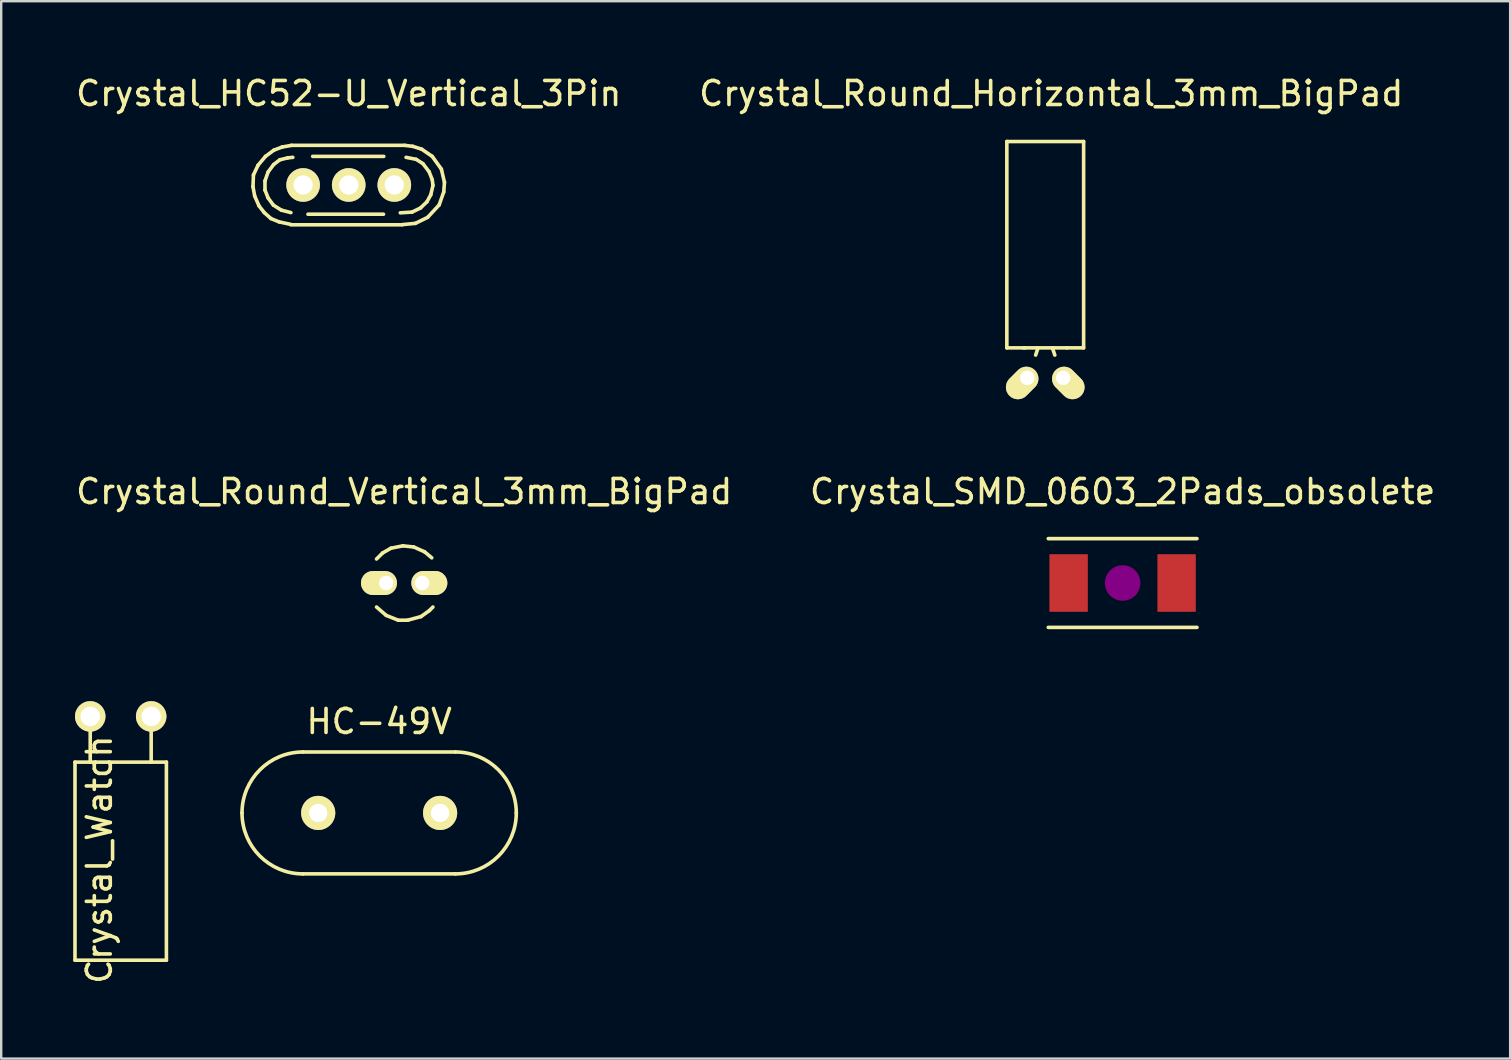
<source format=kicad_pcb>
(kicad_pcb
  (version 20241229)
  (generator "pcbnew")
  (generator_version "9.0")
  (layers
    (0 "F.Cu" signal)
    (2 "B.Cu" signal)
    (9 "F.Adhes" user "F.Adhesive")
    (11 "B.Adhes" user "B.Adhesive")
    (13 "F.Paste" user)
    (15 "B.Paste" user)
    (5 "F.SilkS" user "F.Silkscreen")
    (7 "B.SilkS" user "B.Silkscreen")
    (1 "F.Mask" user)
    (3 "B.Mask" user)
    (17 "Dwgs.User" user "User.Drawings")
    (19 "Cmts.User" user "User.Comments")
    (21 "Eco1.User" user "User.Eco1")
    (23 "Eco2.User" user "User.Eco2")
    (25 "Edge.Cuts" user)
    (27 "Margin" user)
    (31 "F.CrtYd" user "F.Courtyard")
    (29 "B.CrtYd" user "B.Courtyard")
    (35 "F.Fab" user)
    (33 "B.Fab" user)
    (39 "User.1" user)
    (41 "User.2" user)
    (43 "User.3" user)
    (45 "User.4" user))
  (footprint "Crystal_SMD_0603_2Pads_obsolete"
    (layer "F.Cu")
    (at 43.732 21.245)
    (property "Reference" "Crystal_SMD_0603_2Pads_obsolete" (at 0 -3.81 0) (layer "F.SilkS") (effects (font (size 1 1) (thickness 0.15))))
    (attr smd)
    (fp_line (start -3.099 -1.849) (end 3.099 -1.849) (stroke (width 0.15) (type solid)) (layer "F.SilkS"))
    (fp_line (start 3.099 1.849) (end -3.099 1.849) (stroke (width 0.15) (type solid)) (layer "F.SilkS"))
    (fp_circle (center 0 0) (end 0.051 0) (stroke (width 0.381) (type solid)) (fill no) (layer "F.Adhes"))
    (fp_circle (center 0 0) (end 0.201 0) (stroke (width 0.381) (type solid)) (fill no) (layer "F.Adhes"))
    (fp_circle (center 0 0) (end 0.551 0) (stroke (width 0.381) (type solid)) (fill no) (layer "F.Adhes"))
    (pad "1" smd rect (at -2.25 0) (size 1.6 2.4) (layers "F.Cu" "F.Mask" "F.Paste"))
    (pad "2" smd rect (at 2.25 0) (size 1.6 2.4) (layers "F.Cu" "F.Mask" "F.Paste")))
  (footprint "HC-49V"
    (layer "F.Cu")
    (at 12.75 30.827)
    (property "Reference" "HC-49V" (at 0 -3.81 0) (layer "F.SilkS") (effects (font (size 1 1) (thickness 0.15))))
    (attr through_hole)
    (fp_line (start -3.175 -2.54) (end 3.175 -2.54) (stroke (width 0.15) (type solid)) (layer "F.SilkS"))
    (fp_line (start -3.175 2.54) (end 3.175 2.54) (stroke (width 0.15) (type solid)) (layer "F.SilkS"))
    (fp_arc (start -5.715 0) (mid -4.971051 -1.796051) (end -3.175 -2.54) (stroke (width 0.15) (type solid)) (layer "F.SilkS"))
    (fp_arc (start -3.175 2.54) (mid -4.971051 1.796051) (end -5.715 0) (stroke (width 0.15) (type solid)) (layer "F.SilkS"))
    (fp_arc (start 3.175 -2.54) (mid 4.971051 -1.796051) (end 5.715 0) (stroke (width 0.15) (type solid)) (layer "F.SilkS"))
    (fp_arc (start 5.715 0) (mid 4.971051 1.796051) (end 3.175 2.54) (stroke (width 0.15) (type solid)) (layer "F.SilkS"))
    (pad "1" thru_hole circle (at -2.54 0) (size 1.422 1.422) (drill 0.762) (layers "*.Cu" "*.Mask" "F.SilkS"))
    (pad "2" thru_hole circle (at 2.54 0) (size 1.422 1.422) (drill 0.762) (layers "*.Cu" "*.Mask" "F.SilkS")))
  (footprint "Crystal_Round_Horizontal_3mm_BigPad"
    (layer "F.Cu")
    (at 40.507 12.697)
    (property "Reference" "Crystal_Round_Horizontal_3mm_BigPad" (at 0.249 -11.849 0) (layer "F.SilkS") (effects (font (size 1 1) (thickness 0.15))))
    (attr through_hole)
    (fp_line (start -1.6 -9.85) (end -1.6 -1.25) (stroke (width 0.15) (type solid)) (layer "F.SilkS"))
    (fp_line (start -0.851 -1.25) (end -1.6 -1.25) (stroke (width 0.15) (type solid)) (layer "F.SilkS"))
    (fp_line (start -0.3 -1.25) (end -0.399 -0.95) (stroke (width 0.15) (type solid)) (layer "F.SilkS"))
    (fp_line (start 0.3 -1.25) (end 0.399 -0.95) (stroke (width 0.15) (type solid)) (layer "F.SilkS"))
    (fp_line (start 0.899 -1.25) (end -0.899 -1.25) (stroke (width 0.15) (type solid)) (layer "F.SilkS"))
    (fp_line (start 0.899 -1.25) (end 1.6 -1.25) (stroke (width 0.15) (type solid)) (layer "F.SilkS"))
    (fp_line (start 1.6 -9.85) (end -1.6 -9.85) (stroke (width 0.15) (type solid)) (layer "F.SilkS"))
    (fp_line (start 1.6 -1.25) (end 1.6 -9.85) (stroke (width 0.15) (type solid)) (layer "F.SilkS"))
    (pad "1" thru_hole oval (at -0.749 0 45) (size 1.501 1.001) (drill 0.599 (offset -0.3 0)) (layers "*.Cu" "*.Mask" "F.SilkS"))
    (pad "2" thru_hole oval (at 0.749 0 315) (size 1.501 1.001) (drill 0.599 (offset 0.3 0)) (layers "*.Cu" "*.Mask" "F.SilkS")))
  (footprint "Crystal_Watch"
    (layer "F.Cu")
    (at 1.98 26.804)
    (property "Reference" "Crystal_Watch" (at -0.889 5.969 90) (layer "F.SilkS") (effects (font (size 1 1) (thickness 0.15))))
    (attr through_hole)
    (fp_line (start -1.905 1.905) (end 1.905 1.905) (stroke (width 0.15) (type solid)) (layer "F.SilkS"))
    (fp_line (start -1.905 10.16) (end -1.905 1.905) (stroke (width 0.15) (type solid)) (layer "F.SilkS"))
    (fp_line (start -1.27 0) (end -1.27 1.905) (stroke (width 0.15) (type solid)) (layer "F.SilkS"))
    (fp_line (start 1.27 0) (end 1.27 1.905) (stroke (width 0.15) (type solid)) (layer "F.SilkS"))
    (fp_line (start 1.905 1.905) (end 1.905 10.16) (stroke (width 0.15) (type solid)) (layer "F.SilkS"))
    (fp_line (start 1.905 10.16) (end -1.905 10.16) (stroke (width 0.15) (type solid)) (layer "F.SilkS"))
    (pad "1" thru_hole circle (at -1.27 0) (size 1.27 1.27) (drill 0.813) (layers "*.Cu" "*.Mask" "F.SilkS"))
    (pad "2" thru_hole circle (at 1.27 0) (size 1.27 1.27) (drill 0.813) (layers "*.Cu" "*.Mask" "F.SilkS")))
  (footprint "Crystal_Round_Vertical_3mm_BigPad"
    (layer "F.Cu")
    (at 13.792 21.245)
    (property "Reference" "Crystal_Round_Vertical_3mm_BigPad" (at 0 -3.81 0) (layer "F.SilkS") (effects (font (size 1 1) (thickness 0.15))))
    (attr through_hole)
    (fp_line (start -0.899 -1.25) (end -1.151 -1.001) (stroke (width 0.15) (type solid)) (layer "F.SilkS"))
    (fp_line (start -0.749 1.349) (end -1.151 1.001) (stroke (width 0.15) (type solid)) (layer "F.SilkS"))
    (fp_line (start -0.551 -1.45) (end -0.899 -1.25) (stroke (width 0.15) (type solid)) (layer "F.SilkS"))
    (fp_line (start -0.249 1.549) (end -0.749 1.349) (stroke (width 0.15) (type solid)) (layer "F.SilkS"))
    (fp_line (start -0.051 -1.549) (end -0.551 -1.45) (stroke (width 0.15) (type solid)) (layer "F.SilkS"))
    (fp_line (start 0.15 1.549) (end -0.249 1.549) (stroke (width 0.15) (type solid)) (layer "F.SilkS"))
    (fp_line (start 0.399 -1.501) (end -0.051 -1.549) (stroke (width 0.15) (type solid)) (layer "F.SilkS"))
    (fp_line (start 0.701 1.4) (end 0.15 1.549) (stroke (width 0.15) (type solid)) (layer "F.SilkS"))
    (fp_line (start 0.851 -1.3) (end 0.399 -1.501) (stroke (width 0.15) (type solid)) (layer "F.SilkS"))
    (fp_line (start 1.049 1.151) (end 0.701 1.4) (stroke (width 0.15) (type solid)) (layer "F.SilkS"))
    (fp_line (start 1.049 1.151) (end 1.199 1.001) (stroke (width 0.15) (type solid)) (layer "F.SilkS"))
    (fp_line (start 1.151 -1.049) (end 0.851 -1.3) (stroke (width 0.15) (type solid)) (layer "F.SilkS"))
    (pad "1" thru_hole oval (at -0.749 0) (size 1.501 1.001) (drill 0.599 (offset -0.3 0)) (layers "*.Cu" "*.Mask" "F.SilkS"))
    (pad "2" thru_hole oval (at 0.749 0) (size 1.501 1.001) (drill 0.599 (offset 0.3 0)) (layers "*.Cu" "*.Mask" "F.SilkS")))
  (footprint "Crystal_HC52-U_Vertical_3Pin"
    (layer "F.Cu")
    (at 11.482 4.658)
    (property "Reference" "Crystal_HC52-U_Vertical_3Pin" (at 0 -3.81 0) (layer "F.SilkS") (effects (font (size 1 1) (thickness 0.15))))
    (attr through_hole)
    (fp_line (start -3.99 0.071) (end -3.97 -0.419) (stroke (width 0.15) (type solid)) (layer "F.SilkS"))
    (fp_line (start -3.97 -0.419) (end -3.78 -0.82) (stroke (width 0.15) (type solid)) (layer "F.SilkS"))
    (fp_line (start -3.919 0.46) (end -3.99 0.071) (stroke (width 0.15) (type solid)) (layer "F.SilkS"))
    (fp_line (start -3.78 -0.82) (end -3.47 -1.191) (stroke (width 0.15) (type solid)) (layer "F.SilkS"))
    (fp_line (start -3.739 0.871) (end -3.919 0.46) (stroke (width 0.15) (type solid)) (layer "F.SilkS"))
    (fp_line (start -3.52 1.151) (end -3.739 0.871) (stroke (width 0.15) (type solid)) (layer "F.SilkS"))
    (fp_line (start -3.49 -0.17) (end -3.36 -0.541) (stroke (width 0.15) (type solid)) (layer "F.SilkS"))
    (fp_line (start -3.49 0.211) (end -3.49 -0.17) (stroke (width 0.15) (type solid)) (layer "F.SilkS"))
    (fp_line (start -3.47 -1.191) (end -3.119 -1.45) (stroke (width 0.15) (type solid)) (layer "F.SilkS"))
    (fp_line (start -3.36 -0.541) (end -3.129 -0.851) (stroke (width 0.15) (type solid)) (layer "F.SilkS"))
    (fp_line (start -3.36 0.541) (end -3.49 0.211) (stroke (width 0.15) (type solid)) (layer "F.SilkS"))
    (fp_line (start -3.241 1.4) (end -3.52 1.151) (stroke (width 0.15) (type solid)) (layer "F.SilkS"))
    (fp_line (start -3.139 0.841) (end -3.36 0.541) (stroke (width 0.15) (type solid)) (layer "F.SilkS"))
    (fp_line (start -3.129 -0.851) (end -2.87 -1.049) (stroke (width 0.15) (type solid)) (layer "F.SilkS"))
    (fp_line (start -3.119 -1.45) (end -2.779 -1.58) (stroke (width 0.15) (type solid)) (layer "F.SilkS"))
    (fp_line (start -2.901 1.539) (end -3.241 1.4) (stroke (width 0.15) (type solid)) (layer "F.SilkS"))
    (fp_line (start -2.87 -1.049) (end -2.54 -1.13) (stroke (width 0.15) (type solid)) (layer "F.SilkS"))
    (fp_line (start -2.809 1.049) (end -3.139 0.841) (stroke (width 0.15) (type solid)) (layer "F.SilkS"))
    (fp_line (start -2.779 -1.58) (end -2.38 -1.651) (stroke (width 0.15) (type solid)) (layer "F.SilkS"))
    (fp_line (start -2.54 -1.13) (end -2.329 -1.151) (stroke (width 0.15) (type solid)) (layer "F.SilkS"))
    (fp_line (start -2.421 1.641) (end -2.901 1.539) (stroke (width 0.15) (type solid)) (layer "F.SilkS"))
    (fp_line (start -2.41 1.151) (end -2.809 1.049) (stroke (width 0.15) (type solid)) (layer "F.SilkS"))
    (fp_line (start -2.39 -1.651) (end 2.329 -1.651) (stroke (width 0.15) (type solid)) (layer "F.SilkS"))
    (fp_line (start -1.699 1.219) (end 1.45 1.219) (stroke (width 0.15) (type solid)) (layer "F.SilkS"))
    (fp_line (start 1.46 -1.191) (end -1.501 -1.191) (stroke (width 0.15) (type solid)) (layer "F.SilkS"))
    (fp_line (start 2.22 1.661) (end -2.41 1.661) (stroke (width 0.15) (type solid)) (layer "F.SilkS"))
    (fp_line (start 2.329 -1.651) (end 2.67 -1.61) (stroke (width 0.15) (type solid)) (layer "F.SilkS"))
    (fp_line (start 2.39 -1.151) (end 2.809 -1.069) (stroke (width 0.15) (type solid)) (layer "F.SilkS"))
    (fp_line (start 2.639 1.13) (end 2.149 1.161) (stroke (width 0.15) (type solid)) (layer "F.SilkS"))
    (fp_line (start 2.67 -1.61) (end 3.04 -1.491) (stroke (width 0.15) (type solid)) (layer "F.SilkS"))
    (fp_line (start 2.779 1.6) (end 2.24 1.651) (stroke (width 0.15) (type solid)) (layer "F.SilkS"))
    (fp_line (start 2.809 -1.069) (end 3.091 -0.889) (stroke (width 0.15) (type solid)) (layer "F.SilkS"))
    (fp_line (start 2.99 0.96) (end 2.639 1.13) (stroke (width 0.15) (type solid)) (layer "F.SilkS"))
    (fp_line (start 3.04 -1.491) (end 3.48 -1.191) (stroke (width 0.15) (type solid)) (layer "F.SilkS"))
    (fp_line (start 3.091 -0.889) (end 3.35 -0.551) (stroke (width 0.15) (type solid)) (layer "F.SilkS"))
    (fp_line (start 3.259 0.701) (end 2.99 0.96) (stroke (width 0.15) (type solid)) (layer "F.SilkS"))
    (fp_line (start 3.289 1.349) (end 2.779 1.6) (stroke (width 0.15) (type solid)) (layer "F.SilkS"))
    (fp_line (start 3.35 -0.551) (end 3.48 -0.221) (stroke (width 0.15) (type solid)) (layer "F.SilkS"))
    (fp_line (start 3.419 0.409) (end 3.259 0.701) (stroke (width 0.15) (type solid)) (layer "F.SilkS"))
    (fp_line (start 3.48 -1.191) (end 3.861 -0.66) (stroke (width 0.15) (type solid)) (layer "F.SilkS"))
    (fp_line (start 3.48 -0.221) (end 3.51 0.02) (stroke (width 0.15) (type solid)) (layer "F.SilkS"))
    (fp_line (start 3.51 0.02) (end 3.419 0.409) (stroke (width 0.15) (type solid)) (layer "F.SilkS"))
    (fp_line (start 3.769 0.831) (end 3.289 1.349) (stroke (width 0.15) (type solid)) (layer "F.SilkS"))
    (fp_line (start 3.861 -0.66) (end 3.99 -0.109) (stroke (width 0.15) (type solid)) (layer "F.SilkS"))
    (fp_line (start 3.96 0.29) (end 3.769 0.831) (stroke (width 0.15) (type solid)) (layer "F.SilkS"))
    (fp_line (start 3.99 -0.109) (end 3.96 0.29) (stroke (width 0.15) (type solid)) (layer "F.SilkS"))
    (pad "1" thru_hole circle (at -1.9 0) (size 1.4 1.4) (drill 0.8) (layers "*.Cu" "*.Mask" "F.SilkS"))
    (pad "2" thru_hole circle (at 1.9 0) (size 1.4 1.4) (drill 0.8) (layers "*.Cu" "*.Mask" "F.SilkS"))
    (pad "3" thru_hole circle (at 0 0) (size 1.4 1.4) (drill 0.8) (layers "*.Cu" "*.Mask" "F.SilkS")))
  (gr_rect
    (start -3 -3)
    (end 59.881 41.065)
    (stroke (width 0.1) (type default))
    (fill no)
    (layer "Edge.Cuts")))
</source>
